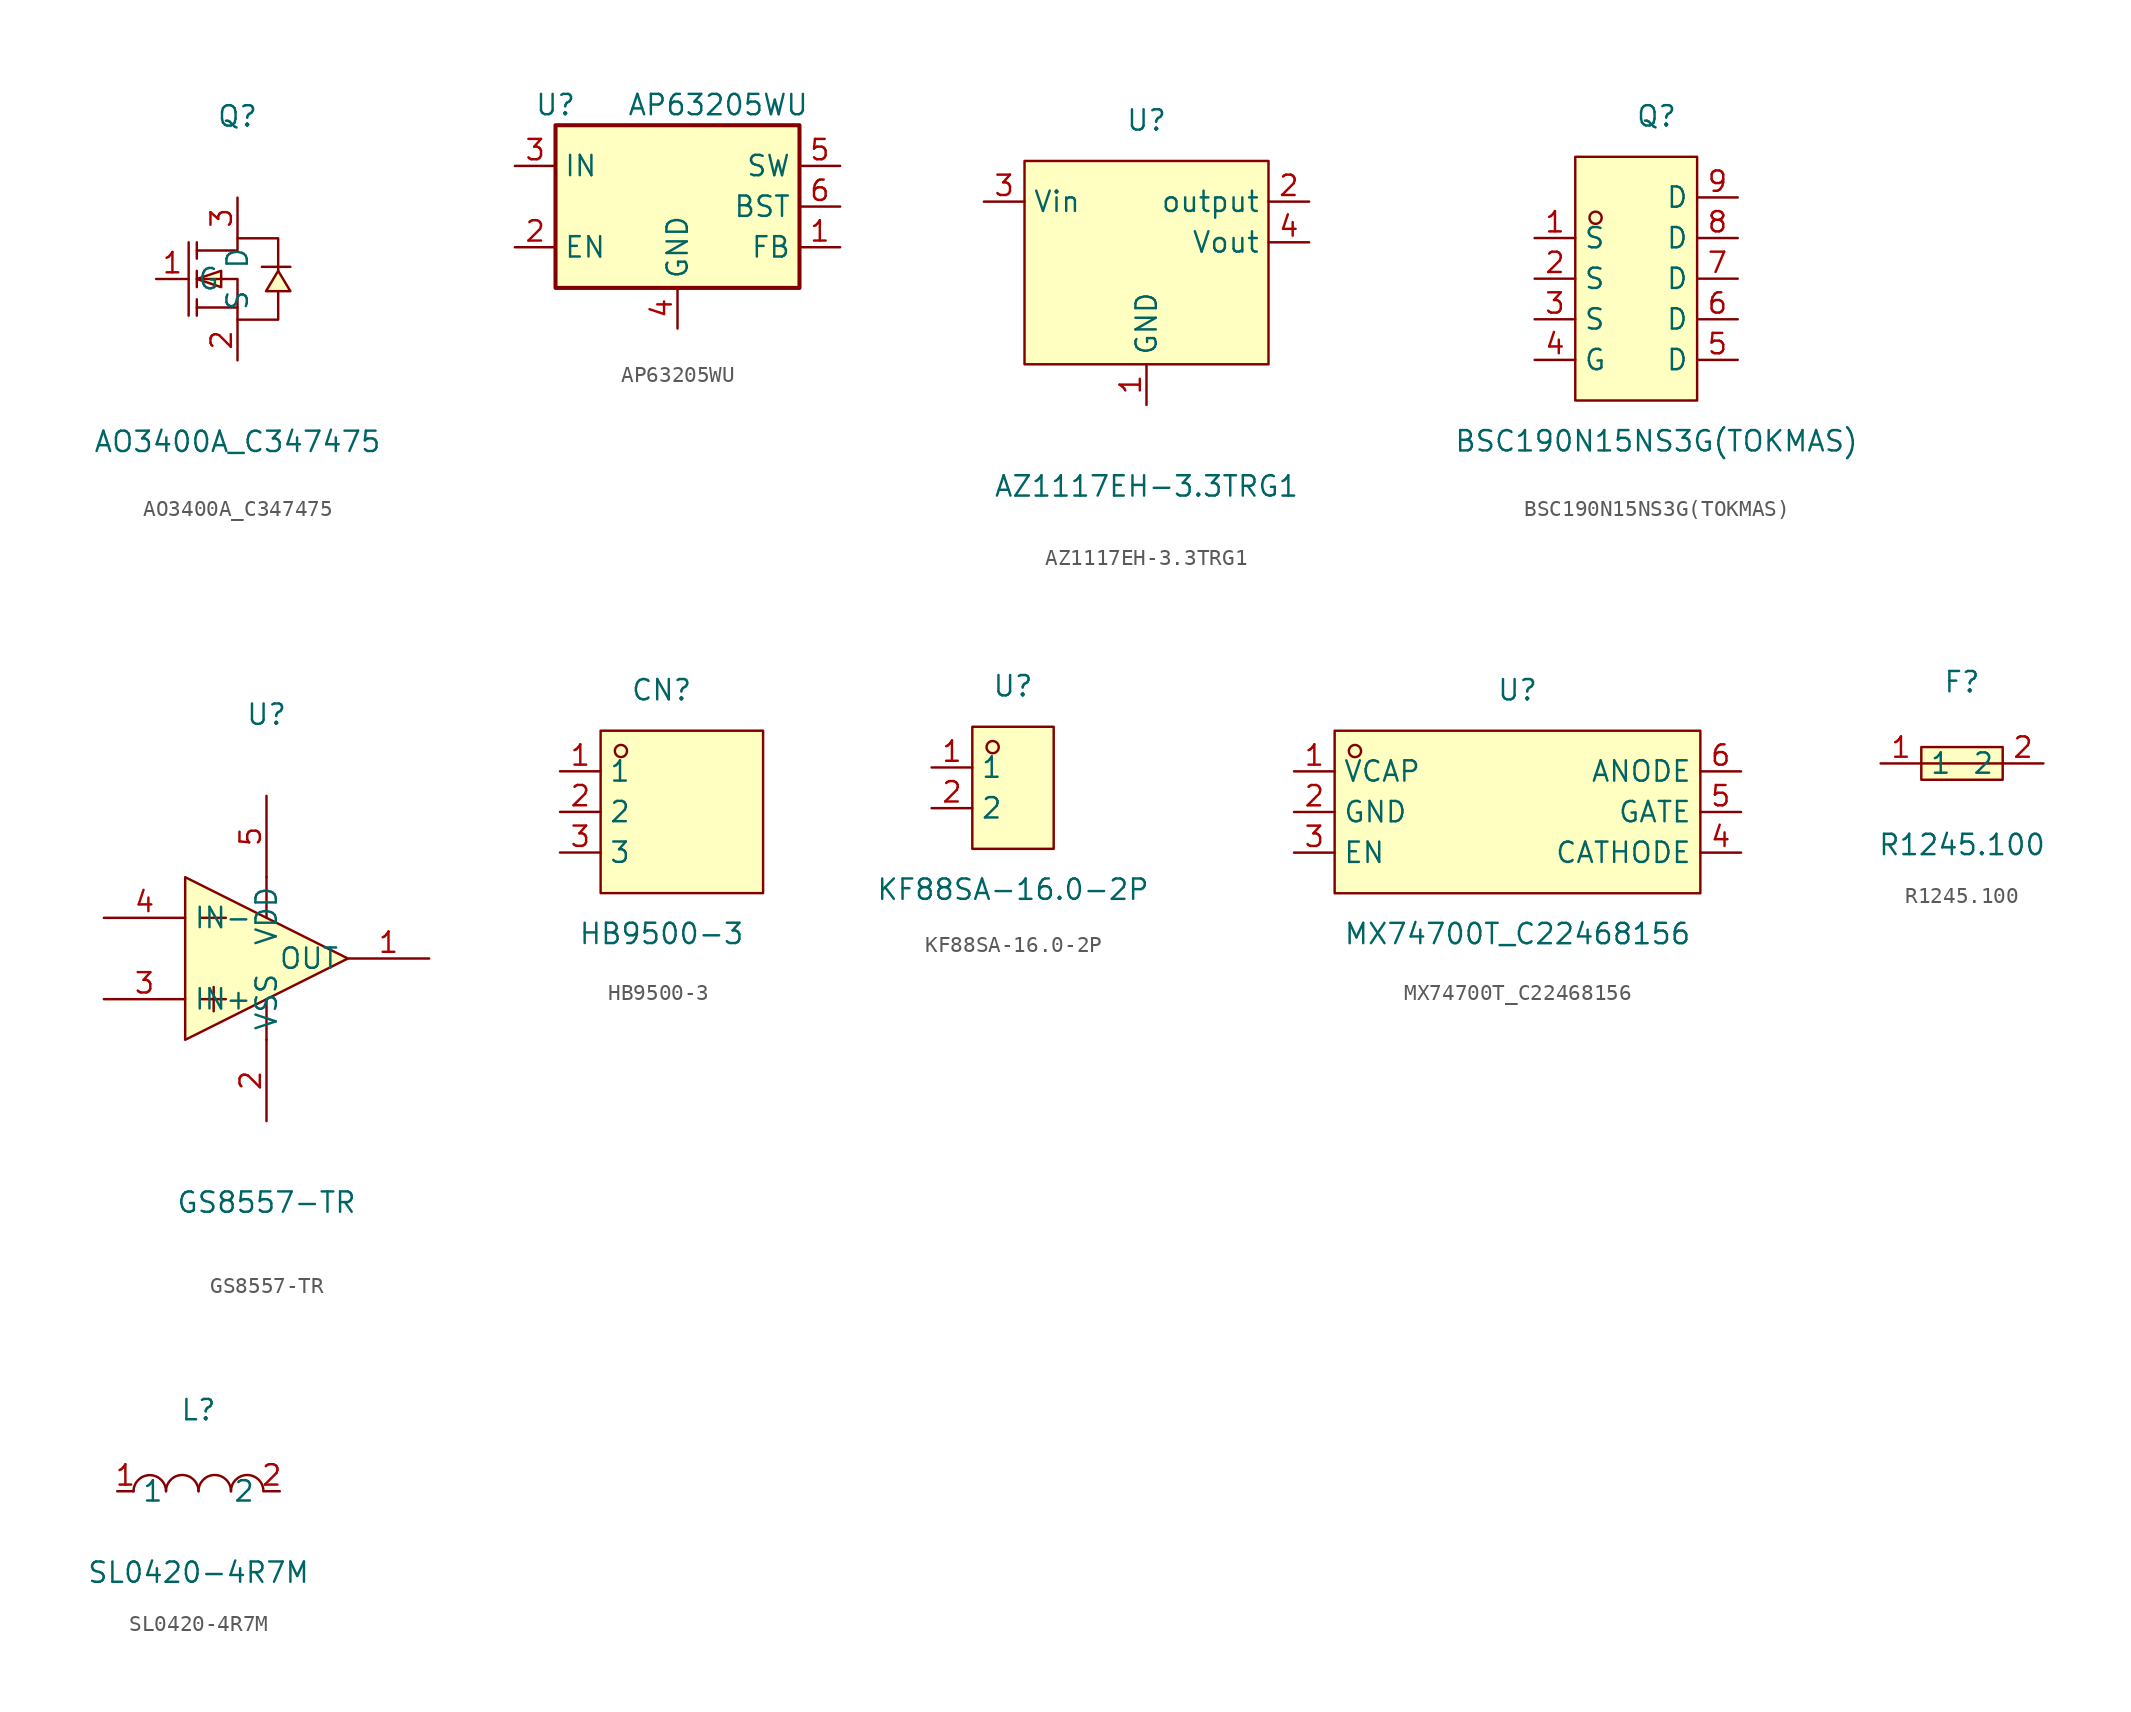
<source format=kicad_sym>
(kicad_symbol_lib
  (version 20241209)
  (generator "kicad_symbol_editor")
  (generator_version "9.0")
  (symbol "AO3400A_C347475"
    (property "Reference" "Q"
      (at 0 10.16 0)
      (effects (font (size 1.27 1.27))))
    (property "Value" "AO3400A_C347475"
      (at 0 -10.16 0)
      (effects (font (size 1.27 1.27))))
    (symbol "AO3400A_C347475_0_1"
      (polyline (pts (xy -3.05 2.29) (xy -3.05 -2.29)) (stroke (width 0) (type default)) (fill (type none)))
      (polyline (pts (xy -2.54 2.29) (xy -2.54 1.27)) (stroke (width 0) (type default)) (fill (type none)))
      (polyline (pts (xy -2.54 1.78) (xy 0 1.78) (xy 0 2.54) (xy 2.54 2.54) (xy 2.54 0.51)) (stroke (width 0) (type default)) (fill (type none)))
      (polyline (pts (xy -2.54 0) (xy -1.02 -0.51) (xy -1.02 0.51) (xy -2.54 0)) (stroke (width 0) (type default)) (fill (type background)))
      (polyline (pts (xy -2.54 0) (xy 0 0) (xy 0 -2.54) (xy 2.54 -2.54) (xy 2.54 -0.76)) (stroke (width 0) (type default)) (fill (type none)))
      (polyline (pts (xy -2.54 -0.51) (xy -2.54 0.51)) (stroke (width 0) (type default)) (fill (type none)))
      (polyline (pts (xy -2.54 -2.29) (xy -2.54 -1.27)) (stroke (width 0) (type default)) (fill (type none)))
      (polyline (pts (xy 0 -1.78) (xy -2.54 -1.78)) (stroke (width 0) (type default)) (fill (type none)))
      (polyline (pts (xy 1.52 0.76) (xy 3.3 0.76)) (stroke (width 0) (type default)) (fill (type none)))
      (polyline (pts (xy 2.54 0.51) (xy 1.78 -0.76) (xy 3.3 -0.76) (xy 2.54 0.51)) (stroke (width 0) (type default)) (fill (type background))))
    (symbol "AO3400A_C347475_1_1"
      (pin input line (at -5.08 0 0) (length 2.032) (name "G" (effects (font (size 1.27 1.27)))) (number "1" (effects (font (size 1.27 1.27)))))
      (pin passive line (at 0 5.08 270) (length 2.54) (name "D" (effects (font (size 1.27 1.27)))) (number "3" (effects (font (size 1.27 1.27)))))
      (pin passive line (at 0 -5.08 90) (length 2.54) (name "S" (effects (font (size 1.27 1.27)))) (number "2" (effects (font (size 1.27 1.27)))))))
  (symbol "AP63205WU"
    (property "Reference" "U"
      (at -7.62 6.35 0)
      (effects (font (size 1.27 1.27))))
    (property "Value" "AP63205WU"
      (at 2.54 6.35 0)
      (effects (font (size 1.27 1.27))))
    (symbol "AP63205WU_0_1"
      (rectangle (start -7.62 5.08) (end 7.62 -5.08) (stroke (width 0.254) (type default)) (fill (type background))))
    (symbol "AP63205WU_1_1"
      (pin power_in line (at -10.16 2.54 0) (length 2.54) (name "IN" (effects (font (size 1.27 1.27)))) (number "3" (effects (font (size 1.27 1.27)))))
      (pin input line (at -10.16 -2.54 0) (length 2.54) (name "EN" (effects (font (size 1.27 1.27)))) (number "2" (effects (font (size 1.27 1.27)))))
      (pin power_in line (at 0 -7.62 90) (length 2.54) (name "GND" (effects (font (size 1.27 1.27)))) (number "4" (effects (font (size 1.27 1.27)))))
      (pin output line (at 10.16 2.54 180) (length 2.54) (name "SW" (effects (font (size 1.27 1.27)))) (number "5" (effects (font (size 1.27 1.27)))))
      (pin passive line (at 10.16 0 180) (length 2.54) (name "BST" (effects (font (size 1.27 1.27)))) (number "6" (effects (font (size 1.27 1.27)))))
      (pin input line (at 10.16 -2.54 180) (length 2.54) (name "FB" (effects (font (size 1.27 1.27)))) (number "1" (effects (font (size 1.27 1.27)))))))
  (symbol "AZ1117EH-3.3TRG1"
    (property "Reference" "U"
      (at 0 10.16 0)
      (effects (font (size 1.27 1.27))))
    (property "Value" "AZ1117EH-3.3TRG1"
      (at 0 -12.7 0)
      (effects (font (size 1.27 1.27))))
    (symbol "AZ1117EH-3.3TRG1_0_1"
      (rectangle (start -7.62 7.62) (end 7.62 -5.08) (stroke (width 0) (type default)) (fill (type background)))
      (pin power_in line (at -10.16 5.08 0) (length 2.54) (name "Vin" (effects (font (size 1.27 1.27)))) (number "3" (effects (font (size 1.27 1.27))))))
    (symbol "AZ1117EH-3.3TRG1_1_1"
      (pin power_in line (at 0 -7.62 90) (length 2.54) (name "GND" (effects (font (size 1.27 1.27)))) (number "1" (effects (font (size 1.27 1.27)))))
      (pin passive line (at 10.16 5.08 180) (length 2.54) (name "output" (effects (font (size 1.27 1.27)))) (number "2" (effects (font (size 1.27 1.27)))))
      (pin power_out line (at 10.16 2.54 180) (length 2.54) (name "Vout" (effects (font (size 1.27 1.27)))) (number "4" (effects (font (size 1.27 1.27)))))))
  (symbol "BSC190N15NS3G(TOKMAS)"
    (property "Reference" "Q"
      (at 0 10.16 0)
      (effects (font (size 1.27 1.27))))
    (property "Value" "BSC190N15NS3G(TOKMAS)"
      (at 0 -10.16 0)
      (effects (font (size 1.27 1.27))))
    (symbol "BSC190N15NS3G(TOKMAS)_0_1"
      (rectangle (start -5.08 7.62) (end 2.54 -7.62) (stroke (width 0) (type default)) (fill (type background)))
      (circle (center -3.81 3.81) (radius 0.38) (stroke (width 0) (type default)) (fill (type none))))
    (symbol "BSC190N15NS3G(TOKMAS)_1_1"
      (pin passive line (at -7.62 2.54 0) (length 2.54) (name "S" (effects (font (size 1.27 1.27)))) (number "1" (effects (font (size 1.27 1.27)))))
      (pin passive line (at -7.62 0 0) (length 2.54) (name "S" (effects (font (size 1.27 1.27)))) (number "2" (effects (font (size 1.27 1.27)))))
      (pin passive line (at -7.62 -2.54 0) (length 2.54) (name "S" (effects (font (size 1.27 1.27)))) (number "3" (effects (font (size 1.27 1.27)))))
      (pin input line (at -7.62 -5.08 0) (length 2.54) (name "G" (effects (font (size 1.27 1.27)))) (number "4" (effects (font (size 1.27 1.27)))))
      (pin passive line (at 5.08 5.08 180) (length 2.54) (name "D" (effects (font (size 1.27 1.27)))) (number "9" (effects (font (size 1.27 1.27)))))
      (pin passive line (at 5.08 2.54 180) (length 2.54) (name "D" (effects (font (size 1.27 1.27)))) (number "8" (effects (font (size 1.27 1.27)))))
      (pin passive line (at 5.08 0 180) (length 2.54) (name "D" (effects (font (size 1.27 1.27)))) (number "7" (effects (font (size 1.27 1.27)))))
      (pin passive line (at 5.08 -2.54 180) (length 2.54) (name "D" (effects (font (size 1.27 1.27)))) (number "6" (effects (font (size 1.27 1.27)))))
      (pin passive line (at 5.08 -5.08 180) (length 2.54) (name "D" (effects (font (size 1.27 1.27)))) (number "5" (effects (font (size 1.27 1.27)))))))
  (symbol "GS8557-TR"
    (property "Reference" "U"
      (at 0 15.24 0)
      (effects (font (size 1.27 1.27))))
    (property "Value" "GS8557-TR"
      (at 0 -15.24 0)
      (effects (font (size 1.27 1.27))))
    (symbol "GS8557-TR_0_1"
      (polyline (pts (xy -4.06 2.54) (xy -2.54 2.54)) (stroke (width 0) (type default)) (fill (type none)))
      (polyline (pts (xy -4.06 -2.54) (xy -2.54 -2.54)) (stroke (width 0) (type default)) (fill (type none)))
      (polyline (pts (xy -3.3 -1.78) (xy -3.3 -3.3)) (stroke (width 0) (type default)) (fill (type none)))
      (polyline (pts (xy 0 5.08) (xy 0 2.54)) (stroke (width 0) (type default)) (fill (type none)))
      (polyline (pts (xy 0 -2.54) (xy 0 -5.08)) (stroke (width 0) (type default)) (fill (type none)))
      (polyline (pts (xy 5.08 0) (xy -5.08 -5.08) (xy -5.08 5.08) (xy 5.08 0)) (stroke (width 0) (type default)) (fill (type background)))
      (pin power_in line (at 0 10.16 270) (length 5.08) (name "VDD" (effects (font (size 1.27 1.27)))) (number "5" (effects (font (size 1.27 1.27)))))
      (pin power_in line (at 0 -10.16 90) (length 5.08) (name "VSS" (effects (font (size 1.27 1.27)))) (number "2" (effects (font (size 1.27 1.27)))))
      (pin output line (at 10.16 0 180) (length 5.08) (name "OUT" (effects (font (size 1.27 1.27)))) (number "1" (effects (font (size 1.27 1.27))))))
    (symbol "GS8557-TR_1_1"
      (pin input line (at -10.16 2.54 0) (length 5.08) (name "IN-" (effects (font (size 1.27 1.27)))) (number "4" (effects (font (size 1.27 1.27)))))
      (pin input line (at -10.16 -2.54 0) (length 5.08) (name "IN+" (effects (font (size 1.27 1.27)))) (number "3" (effects (font (size 1.27 1.27)))))))
  (symbol "HB9500-3"
    (property "Reference" "CN"
      (at 0 7.62 0)
      (effects (font (size 1.27 1.27))))
    (property "Value" "HB9500-3"
      (at 0 -7.62 0)
      (effects (font (size 1.27 1.27))))
    (symbol "HB9500-3_0_1"
      (rectangle (start -3.81 5.08) (end 6.35 -5.08) (stroke (width 0) (type default)) (fill (type background)))
      (circle (center -2.54 3.81) (radius 0.38) (stroke (width 0) (type default)) (fill (type none))))
    (symbol "HB9500-3_1_1"
      (pin passive line (at -6.35 2.54 0) (length 2.54) (name "1" (effects (font (size 1.27 1.27)))) (number "1" (effects (font (size 1.27 1.27)))))
      (pin passive line (at -6.35 0 0) (length 2.54) (name "2" (effects (font (size 1.27 1.27)))) (number "2" (effects (font (size 1.27 1.27)))))
      (pin passive line (at -6.35 -2.54 0) (length 2.54) (name "3" (effects (font (size 1.27 1.27)))) (number "3" (effects (font (size 1.27 1.27)))))))
  (symbol "KF88SA-16.0-2P"
    (property "Reference" "U"
      (at 0 6.35 0)
      (effects (font (size 1.27 1.27))))
    (property "Value" "KF88SA-16.0-2P"
      (at 0 -6.35 0)
      (effects (font (size 1.27 1.27))))
    (symbol "KF88SA-16.0-2P_0_1"
      (rectangle (start -2.54 3.81) (end 2.54 -3.81) (stroke (width 0) (type default)) (fill (type background)))
      (circle (center -1.27 2.54) (radius 0.38) (stroke (width 0) (type default)) (fill (type none))))
    (symbol "KF88SA-16.0-2P_1_1"
      (pin passive line (at -5.08 1.27 0) (length 2.54) (name "1" (effects (font (size 1.27 1.27)))) (number "1" (effects (font (size 1.27 1.27)))))
      (pin passive line (at -5.08 -1.27 0) (length 2.54) (name "2" (effects (font (size 1.27 1.27)))) (number "2" (effects (font (size 1.27 1.27)))))))
  (symbol "MX74700T_C22468156"
    (property "Reference" "U"
      (at 0 7.62 0)
      (effects (font (size 1.27 1.27))))
    (property "Value" "MX74700T_C22468156"
      (at 0 -7.62 0)
      (effects (font (size 1.27 1.27))))
    (symbol "MX74700T_C22468156_0_1"
      (rectangle (start -11.43 5.08) (end 11.43 -5.08) (stroke (width 0) (type default)) (fill (type background)))
      (circle (center -10.16 3.81) (radius 0.38) (stroke (width 0) (type default)) (fill (type none))))
    (symbol "MX74700T_C22468156_1_1"
      (pin passive line (at -13.97 2.54 0) (length 2.54) (name "VCAP" (effects (font (size 1.27 1.27)))) (number "1" (effects (font (size 1.27 1.27)))))
      (pin power_in line (at -13.97 0 0) (length 2.54) (name "GND" (effects (font (size 1.27 1.27)))) (number "2" (effects (font (size 1.27 1.27)))))
      (pin input line (at -13.97 -2.54 0) (length 2.54) (name "EN" (effects (font (size 1.27 1.27)))) (number "3" (effects (font (size 1.27 1.27)))))
      (pin power_in line (at 13.97 2.54 180) (length 2.54) (name "ANODE" (effects (font (size 1.27 1.27)))) (number "6" (effects (font (size 1.27 1.27)))))
      (pin output line (at 13.97 0 180) (length 2.54) (name "GATE" (effects (font (size 1.27 1.27)))) (number "5" (effects (font (size 1.27 1.27)))))
      (pin power_in line (at 13.97 -2.54 180) (length 2.54) (name "CATHODE" (effects (font (size 1.27 1.27)))) (number "4" (effects (font (size 1.27 1.27)))))))
  (symbol "R1245.100"
    (property "Reference" "F"
      (at 0 5.08 0)
      (effects (font (size 1.27 1.27))))
    (property "Value" "R1245.100"
      (at 0 -5.08 0)
      (effects (font (size 1.27 1.27))))
    (symbol "R1245.100_0_1"
      (rectangle (start -2.54 1.02) (end 2.54 -1.02) (stroke (width 0) (type default)) (fill (type background)))
      (polyline (pts (xy -2.54 0) (xy 2.54 0)) (stroke (width 0) (type default)) (fill (type none))))
    (symbol "R1245.100_1_1"
      (pin passive line (at -5.08 0 0) (length 2.54) (name "1" (effects (font (size 1.27 1.27)))) (number "1" (effects (font (size 1.27 1.27)))))
      (pin passive line (at 5.08 0 180) (length 2.54) (name "2" (effects (font (size 1.27 1.27)))) (number "2" (effects (font (size 1.27 1.27)))))))
  (symbol "SL0420-4R7M"
    (property "Reference" "L"
      (at 0 5.08 0)
      (effects (font (size 1.27 1.27))))
    (property "Value" "SL0420-4R7M"
      (at 0 -5.08 0)
      (effects (font (size 1.27 1.27))))
    (symbol "SL0420-4R7M_0_1"
      (arc (start -4.06 -0.01) (mid -2.83 0.99) (end -2.03 0.01) (stroke (width 0) (type default)) (fill (type none)))
      (arc (start -2.03 -0.01) (mid -0.8 0.99) (end 0 0.01) (stroke (width 0) (type default)) (fill (type none)))
      (arc (start 0 -0.01) (mid 1.23 0.99) (end 2.03 0.01) (stroke (width 0) (type default)) (fill (type none)))
      (arc (start 2.03 -0.01) (mid 3.26 0.99) (end 4.06 0.01) (stroke (width 0) (type default)) (fill (type none))))
    (symbol "SL0420-4R7M_1_1"
      (pin passive line (at -5.08 0 0) (length 1.016) (name "1" (effects (font (size 1.27 1.27)))) (number "1" (effects (font (size 1.27 1.27)))))
      (pin passive line (at 5.08 0 180) (length 1.016) (name "2" (effects (font (size 1.27 1.27)))) (number "2" (effects (font (size 1.27 1.27))))))))
</source>
